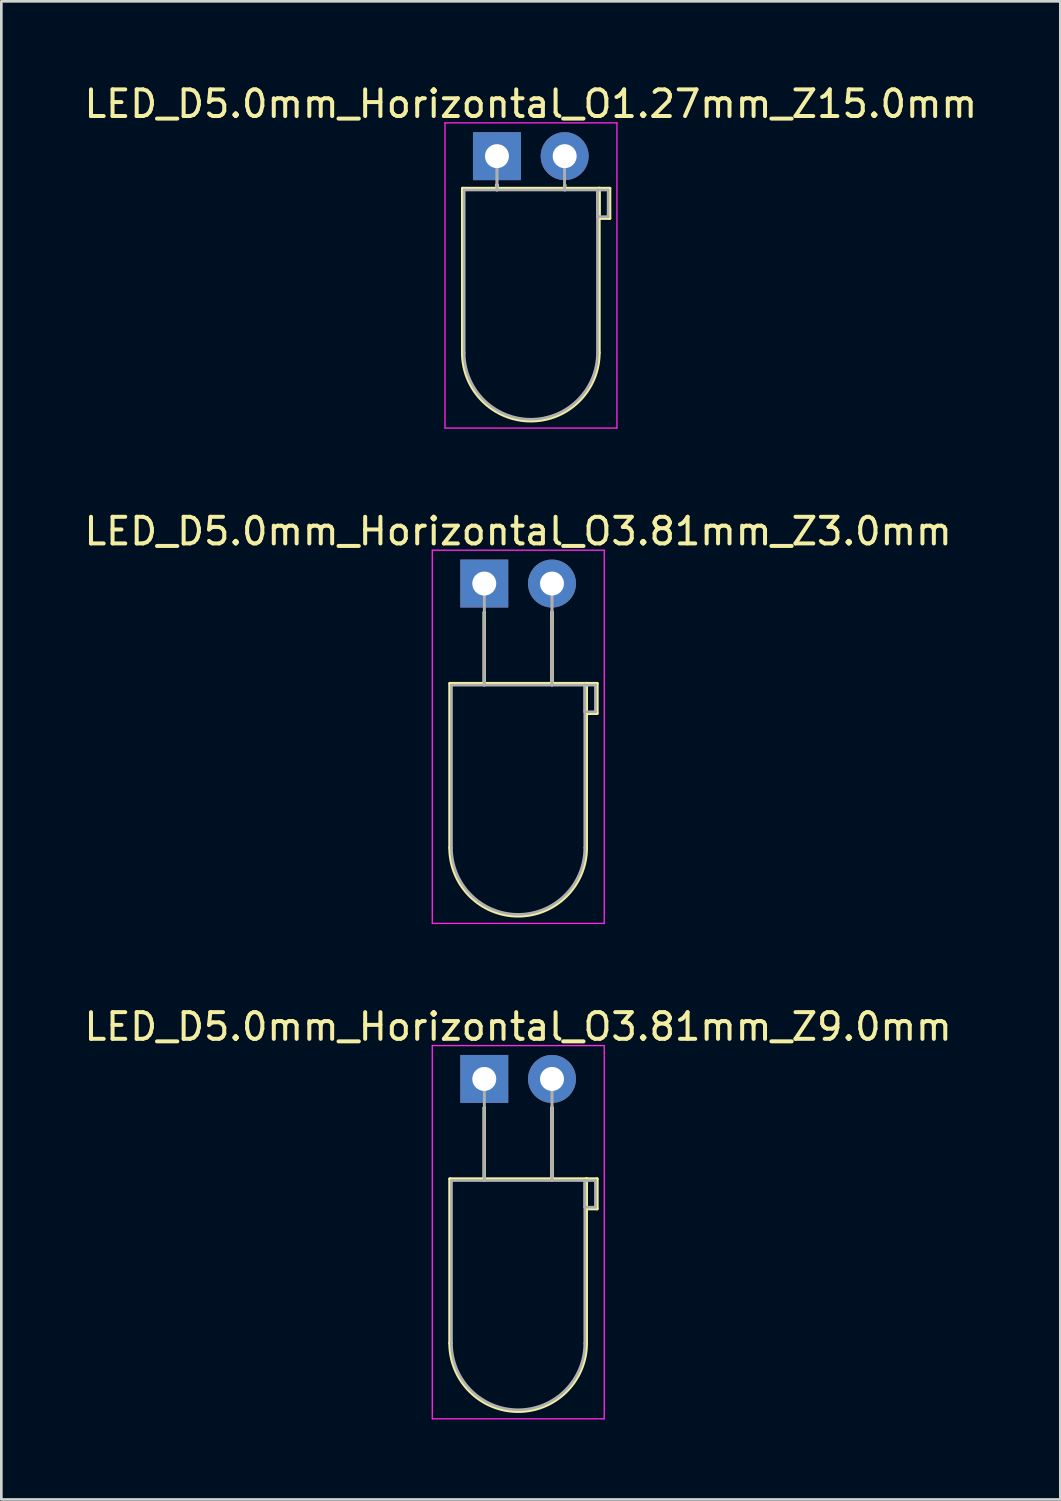
<source format=kicad_pcb>
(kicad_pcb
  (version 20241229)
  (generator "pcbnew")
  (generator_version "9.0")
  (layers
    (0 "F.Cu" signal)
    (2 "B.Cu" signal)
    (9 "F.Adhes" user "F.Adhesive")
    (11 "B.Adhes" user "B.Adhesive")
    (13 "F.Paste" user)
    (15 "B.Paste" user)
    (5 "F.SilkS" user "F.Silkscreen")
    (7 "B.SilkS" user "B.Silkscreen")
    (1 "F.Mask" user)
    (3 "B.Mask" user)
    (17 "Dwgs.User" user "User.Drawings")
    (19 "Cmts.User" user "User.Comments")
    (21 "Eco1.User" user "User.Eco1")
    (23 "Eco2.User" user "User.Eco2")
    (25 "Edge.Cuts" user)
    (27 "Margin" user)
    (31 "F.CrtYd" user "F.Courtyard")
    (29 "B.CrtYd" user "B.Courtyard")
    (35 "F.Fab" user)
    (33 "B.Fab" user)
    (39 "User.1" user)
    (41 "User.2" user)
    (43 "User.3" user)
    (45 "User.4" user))
  (footprint "LED_D5.0mm_Horizontal_O3.81mm_Z3.0mm"
    (layer "F.Cu")
    (at 15.117 18.841)
    (property "Reference" "LED_D5.0mm_Horizontal_O3.81mm_Z3.0mm" (at 1.27 -1.96 0) (layer "F.SilkS") (effects (font (size 1 1) (thickness 0.15))))
    (attr through_hole)
    (fp_line (start -1.29 3.75) (end -1.29 9.91) (stroke (width 0.12) (type solid)) (layer "F.SilkS"))
    (fp_line (start -1.29 3.75) (end 3.83 3.75) (stroke (width 0.12) (type solid)) (layer "F.SilkS"))
    (fp_line (start 0 1.08) (end 0 1.08) (stroke (width 0.12) (type solid)) (layer "F.SilkS"))
    (fp_line (start 0 1.08) (end 0 3.75) (stroke (width 0.12) (type solid)) (layer "F.SilkS"))
    (fp_line (start 0 3.75) (end 0 1.08) (stroke (width 0.12) (type solid)) (layer "F.SilkS"))
    (fp_line (start 0 3.75) (end 0 3.75) (stroke (width 0.12) (type solid)) (layer "F.SilkS"))
    (fp_line (start 2.54 1.08) (end 2.54 1.08) (stroke (width 0.12) (type solid)) (layer "F.SilkS"))
    (fp_line (start 2.54 1.08) (end 2.54 3.75) (stroke (width 0.12) (type solid)) (layer "F.SilkS"))
    (fp_line (start 2.54 3.75) (end 2.54 1.08) (stroke (width 0.12) (type solid)) (layer "F.SilkS"))
    (fp_line (start 2.54 3.75) (end 2.54 3.75) (stroke (width 0.12) (type solid)) (layer "F.SilkS"))
    (fp_line (start 3.83 3.75) (end 3.83 9.91) (stroke (width 0.12) (type solid)) (layer "F.SilkS"))
    (fp_line (start 3.83 3.75) (end 4.23 3.75) (stroke (width 0.12) (type solid)) (layer "F.SilkS"))
    (fp_line (start 3.83 4.87) (end 3.83 3.75) (stroke (width 0.12) (type solid)) (layer "F.SilkS"))
    (fp_line (start 4.23 3.75) (end 4.23 4.87) (stroke (width 0.12) (type solid)) (layer "F.SilkS"))
    (fp_line (start 4.23 4.87) (end 3.83 4.87) (stroke (width 0.12) (type solid)) (layer "F.SilkS"))
    (fp_arc (start 3.83 9.91) (mid 1.27 12.47) (end -1.29 9.91) (stroke (width 0.12) (type solid)) (layer "F.SilkS"))
    (fp_line (start -1.95 -1.25) (end -1.95 12.75) (stroke (width 0.05) (type solid)) (layer "F.CrtYd"))
    (fp_line (start -1.95 12.75) (end 4.5 12.75) (stroke (width 0.05) (type solid)) (layer "F.CrtYd"))
    (fp_line (start 4.5 -1.25) (end -1.95 -1.25) (stroke (width 0.05) (type solid)) (layer "F.CrtYd"))
    (fp_line (start 4.5 12.75) (end 4.5 -1.25) (stroke (width 0.05) (type solid)) (layer "F.CrtYd"))
    (fp_line (start -1.23 3.81) (end -1.23 9.91) (stroke (width 0.1) (type solid)) (layer "F.Fab"))
    (fp_line (start -1.23 3.81) (end 3.77 3.81) (stroke (width 0.1) (type solid)) (layer "F.Fab"))
    (fp_line (start 0 0) (end 0 0) (stroke (width 0.1) (type solid)) (layer "F.Fab"))
    (fp_line (start 0 0) (end 0 3.81) (stroke (width 0.1) (type solid)) (layer "F.Fab"))
    (fp_line (start 0 3.81) (end 0 0) (stroke (width 0.1) (type solid)) (layer "F.Fab"))
    (fp_line (start 0 3.81) (end 0 3.81) (stroke (width 0.1) (type solid)) (layer "F.Fab"))
    (fp_line (start 2.54 0) (end 2.54 0) (stroke (width 0.1) (type solid)) (layer "F.Fab"))
    (fp_line (start 2.54 0) (end 2.54 3.81) (stroke (width 0.1) (type solid)) (layer "F.Fab"))
    (fp_line (start 2.54 3.81) (end 2.54 0) (stroke (width 0.1) (type solid)) (layer "F.Fab"))
    (fp_line (start 2.54 3.81) (end 2.54 3.81) (stroke (width 0.1) (type solid)) (layer "F.Fab"))
    (fp_line (start 3.77 3.81) (end 3.77 9.91) (stroke (width 0.1) (type solid)) (layer "F.Fab"))
    (fp_line (start 3.77 3.81) (end 4.17 3.81) (stroke (width 0.1) (type solid)) (layer "F.Fab"))
    (fp_line (start 3.77 4.81) (end 3.77 3.81) (stroke (width 0.1) (type solid)) (layer "F.Fab"))
    (fp_line (start 4.17 3.81) (end 4.17 4.81) (stroke (width 0.1) (type solid)) (layer "F.Fab"))
    (fp_line (start 4.17 4.81) (end 3.77 4.81) (stroke (width 0.1) (type solid)) (layer "F.Fab"))
    (fp_arc (start 3.77 9.91) (mid 1.27 12.41) (end -1.23 9.91) (stroke (width 0.1) (type solid)) (layer "F.Fab"))
    (pad "1" thru_hole rect (at 0 0) (size 1.8 1.8) (drill 0.9) (layers "*.Cu" "*.Mask"))
    (pad "2" thru_hole circle (at 2.54 0) (size 1.8 1.8) (drill 0.9) (layers "*.Cu" "*.Mask")))
  (footprint "LED_D5.0mm_Horizontal_O3.81mm_Z9.0mm"
    (layer "F.Cu")
    (at 15.117 37.425)
    (property "Reference" "LED_D5.0mm_Horizontal_O3.81mm_Z9.0mm" (at 1.27 -1.96 0) (layer "F.SilkS") (effects (font (size 1 1) (thickness 0.15))))
    (attr through_hole)
    (fp_line (start -1.29 3.75) (end -1.29 9.91) (stroke (width 0.12) (type solid)) (layer "F.SilkS"))
    (fp_line (start -1.29 3.75) (end 3.83 3.75) (stroke (width 0.12) (type solid)) (layer "F.SilkS"))
    (fp_line (start 0 1.08) (end 0 1.08) (stroke (width 0.12) (type solid)) (layer "F.SilkS"))
    (fp_line (start 0 1.08) (end 0 3.75) (stroke (width 0.12) (type solid)) (layer "F.SilkS"))
    (fp_line (start 0 3.75) (end 0 1.08) (stroke (width 0.12) (type solid)) (layer "F.SilkS"))
    (fp_line (start 0 3.75) (end 0 3.75) (stroke (width 0.12) (type solid)) (layer "F.SilkS"))
    (fp_line (start 2.54 1.08) (end 2.54 1.08) (stroke (width 0.12) (type solid)) (layer "F.SilkS"))
    (fp_line (start 2.54 1.08) (end 2.54 3.75) (stroke (width 0.12) (type solid)) (layer "F.SilkS"))
    (fp_line (start 2.54 3.75) (end 2.54 1.08) (stroke (width 0.12) (type solid)) (layer "F.SilkS"))
    (fp_line (start 2.54 3.75) (end 2.54 3.75) (stroke (width 0.12) (type solid)) (layer "F.SilkS"))
    (fp_line (start 3.83 3.75) (end 3.83 9.91) (stroke (width 0.12) (type solid)) (layer "F.SilkS"))
    (fp_line (start 3.83 3.75) (end 4.23 3.75) (stroke (width 0.12) (type solid)) (layer "F.SilkS"))
    (fp_line (start 3.83 4.87) (end 3.83 3.75) (stroke (width 0.12) (type solid)) (layer "F.SilkS"))
    (fp_line (start 4.23 3.75) (end 4.23 4.87) (stroke (width 0.12) (type solid)) (layer "F.SilkS"))
    (fp_line (start 4.23 4.87) (end 3.83 4.87) (stroke (width 0.12) (type solid)) (layer "F.SilkS"))
    (fp_arc (start 3.83 9.91) (mid 1.27 12.47) (end -1.29 9.91) (stroke (width 0.12) (type solid)) (layer "F.SilkS"))
    (fp_line (start -1.95 -1.25) (end -1.95 12.75) (stroke (width 0.05) (type solid)) (layer "F.CrtYd"))
    (fp_line (start -1.95 12.75) (end 4.5 12.75) (stroke (width 0.05) (type solid)) (layer "F.CrtYd"))
    (fp_line (start 4.5 -1.25) (end -1.95 -1.25) (stroke (width 0.05) (type solid)) (layer "F.CrtYd"))
    (fp_line (start 4.5 12.75) (end 4.5 -1.25) (stroke (width 0.05) (type solid)) (layer "F.CrtYd"))
    (fp_line (start -1.23 3.81) (end -1.23 9.91) (stroke (width 0.1) (type solid)) (layer "F.Fab"))
    (fp_line (start -1.23 3.81) (end 3.77 3.81) (stroke (width 0.1) (type solid)) (layer "F.Fab"))
    (fp_line (start 0 0) (end 0 0) (stroke (width 0.1) (type solid)) (layer "F.Fab"))
    (fp_line (start 0 0) (end 0 3.81) (stroke (width 0.1) (type solid)) (layer "F.Fab"))
    (fp_line (start 0 3.81) (end 0 0) (stroke (width 0.1) (type solid)) (layer "F.Fab"))
    (fp_line (start 0 3.81) (end 0 3.81) (stroke (width 0.1) (type solid)) (layer "F.Fab"))
    (fp_line (start 2.54 0) (end 2.54 0) (stroke (width 0.1) (type solid)) (layer "F.Fab"))
    (fp_line (start 2.54 0) (end 2.54 3.81) (stroke (width 0.1) (type solid)) (layer "F.Fab"))
    (fp_line (start 2.54 3.81) (end 2.54 0) (stroke (width 0.1) (type solid)) (layer "F.Fab"))
    (fp_line (start 2.54 3.81) (end 2.54 3.81) (stroke (width 0.1) (type solid)) (layer "F.Fab"))
    (fp_line (start 3.77 3.81) (end 3.77 9.91) (stroke (width 0.1) (type solid)) (layer "F.Fab"))
    (fp_line (start 3.77 3.81) (end 4.17 3.81) (stroke (width 0.1) (type solid)) (layer "F.Fab"))
    (fp_line (start 3.77 4.81) (end 3.77 3.81) (stroke (width 0.1) (type solid)) (layer "F.Fab"))
    (fp_line (start 4.17 3.81) (end 4.17 4.81) (stroke (width 0.1) (type solid)) (layer "F.Fab"))
    (fp_line (start 4.17 4.81) (end 3.77 4.81) (stroke (width 0.1) (type solid)) (layer "F.Fab"))
    (fp_arc (start 3.77 9.91) (mid 1.27 12.41) (end -1.23 9.91) (stroke (width 0.1) (type solid)) (layer "F.Fab"))
    (pad "1" thru_hole rect (at 0 0) (size 1.8 1.8) (drill 0.9) (layers "*.Cu" "*.Mask"))
    (pad "2" thru_hole circle (at 2.54 0) (size 1.8 1.8) (drill 0.9) (layers "*.Cu" "*.Mask")))
  (footprint "LED_D5.0mm_Horizontal_O1.27mm_Z15.0mm"
    (layer "F.Cu")
    (at 15.593 2.808)
    (property "Reference" "LED_D5.0mm_Horizontal_O1.27mm_Z15.0mm" (at 1.27 -1.96 0) (layer "F.SilkS") (effects (font (size 1 1) (thickness 0.15))))
    (attr through_hole)
    (fp_line (start -1.29 1.21) (end -1.29 7.37) (stroke (width 0.12) (type solid)) (layer "F.SilkS"))
    (fp_line (start -1.29 1.21) (end 3.83 1.21) (stroke (width 0.12) (type solid)) (layer "F.SilkS"))
    (fp_line (start 0 1.08) (end 0 1.08) (stroke (width 0.12) (type solid)) (layer "F.SilkS"))
    (fp_line (start 0 1.08) (end 0 1.21) (stroke (width 0.12) (type solid)) (layer "F.SilkS"))
    (fp_line (start 0 1.21) (end 0 1.08) (stroke (width 0.12) (type solid)) (layer "F.SilkS"))
    (fp_line (start 0 1.21) (end 0 1.21) (stroke (width 0.12) (type solid)) (layer "F.SilkS"))
    (fp_line (start 2.54 1.08) (end 2.54 1.08) (stroke (width 0.12) (type solid)) (layer "F.SilkS"))
    (fp_line (start 2.54 1.08) (end 2.54 1.21) (stroke (width 0.12) (type solid)) (layer "F.SilkS"))
    (fp_line (start 2.54 1.21) (end 2.54 1.08) (stroke (width 0.12) (type solid)) (layer "F.SilkS"))
    (fp_line (start 2.54 1.21) (end 2.54 1.21) (stroke (width 0.12) (type solid)) (layer "F.SilkS"))
    (fp_line (start 3.83 1.21) (end 3.83 7.37) (stroke (width 0.12) (type solid)) (layer "F.SilkS"))
    (fp_line (start 3.83 1.21) (end 4.23 1.21) (stroke (width 0.12) (type solid)) (layer "F.SilkS"))
    (fp_line (start 3.83 2.33) (end 3.83 1.21) (stroke (width 0.12) (type solid)) (layer "F.SilkS"))
    (fp_line (start 4.23 1.21) (end 4.23 2.33) (stroke (width 0.12) (type solid)) (layer "F.SilkS"))
    (fp_line (start 4.23 2.33) (end 3.83 2.33) (stroke (width 0.12) (type solid)) (layer "F.SilkS"))
    (fp_arc (start 3.83 7.37) (mid 1.27 9.93) (end -1.29 7.37) (stroke (width 0.12) (type solid)) (layer "F.SilkS"))
    (fp_line (start -1.95 -1.25) (end -1.95 10.2) (stroke (width 0.05) (type solid)) (layer "F.CrtYd"))
    (fp_line (start -1.95 10.2) (end 4.5 10.2) (stroke (width 0.05) (type solid)) (layer "F.CrtYd"))
    (fp_line (start 4.5 -1.25) (end -1.95 -1.25) (stroke (width 0.05) (type solid)) (layer "F.CrtYd"))
    (fp_line (start 4.5 10.2) (end 4.5 -1.25) (stroke (width 0.05) (type solid)) (layer "F.CrtYd"))
    (fp_line (start -1.23 1.27) (end -1.23 7.37) (stroke (width 0.1) (type solid)) (layer "F.Fab"))
    (fp_line (start -1.23 1.27) (end 3.77 1.27) (stroke (width 0.1) (type solid)) (layer "F.Fab"))
    (fp_line (start 0 0) (end 0 0) (stroke (width 0.1) (type solid)) (layer "F.Fab"))
    (fp_line (start 0 0) (end 0 1.27) (stroke (width 0.1) (type solid)) (layer "F.Fab"))
    (fp_line (start 0 1.27) (end 0 0) (stroke (width 0.1) (type solid)) (layer "F.Fab"))
    (fp_line (start 0 1.27) (end 0 1.27) (stroke (width 0.1) (type solid)) (layer "F.Fab"))
    (fp_line (start 2.54 0) (end 2.54 0) (stroke (width 0.1) (type solid)) (layer "F.Fab"))
    (fp_line (start 2.54 0) (end 2.54 1.27) (stroke (width 0.1) (type solid)) (layer "F.Fab"))
    (fp_line (start 2.54 1.27) (end 2.54 0) (stroke (width 0.1) (type solid)) (layer "F.Fab"))
    (fp_line (start 2.54 1.27) (end 2.54 1.27) (stroke (width 0.1) (type solid)) (layer "F.Fab"))
    (fp_line (start 3.77 1.27) (end 3.77 7.37) (stroke (width 0.1) (type solid)) (layer "F.Fab"))
    (fp_line (start 3.77 1.27) (end 4.17 1.27) (stroke (width 0.1) (type solid)) (layer "F.Fab"))
    (fp_line (start 3.77 2.27) (end 3.77 1.27) (stroke (width 0.1) (type solid)) (layer "F.Fab"))
    (fp_line (start 4.17 1.27) (end 4.17 2.27) (stroke (width 0.1) (type solid)) (layer "F.Fab"))
    (fp_line (start 4.17 2.27) (end 3.77 2.27) (stroke (width 0.1) (type solid)) (layer "F.Fab"))
    (fp_arc (start 3.77 7.37) (mid 1.27 9.87) (end -1.23 7.37) (stroke (width 0.1) (type solid)) (layer "F.Fab"))
    (pad "1" thru_hole rect (at 0 0) (size 1.8 1.8) (drill 0.9) (layers "*.Cu" "*.Mask"))
    (pad "2" thru_hole circle (at 2.54 0) (size 1.8 1.8) (drill 0.9) (layers "*.Cu" "*.Mask")))
  (gr_rect
    (start -3 -3)
    (end 36.726 53.2)
    (stroke (width 0.1) (type default))
    (fill no)
    (layer "Edge.Cuts")))
</source>
